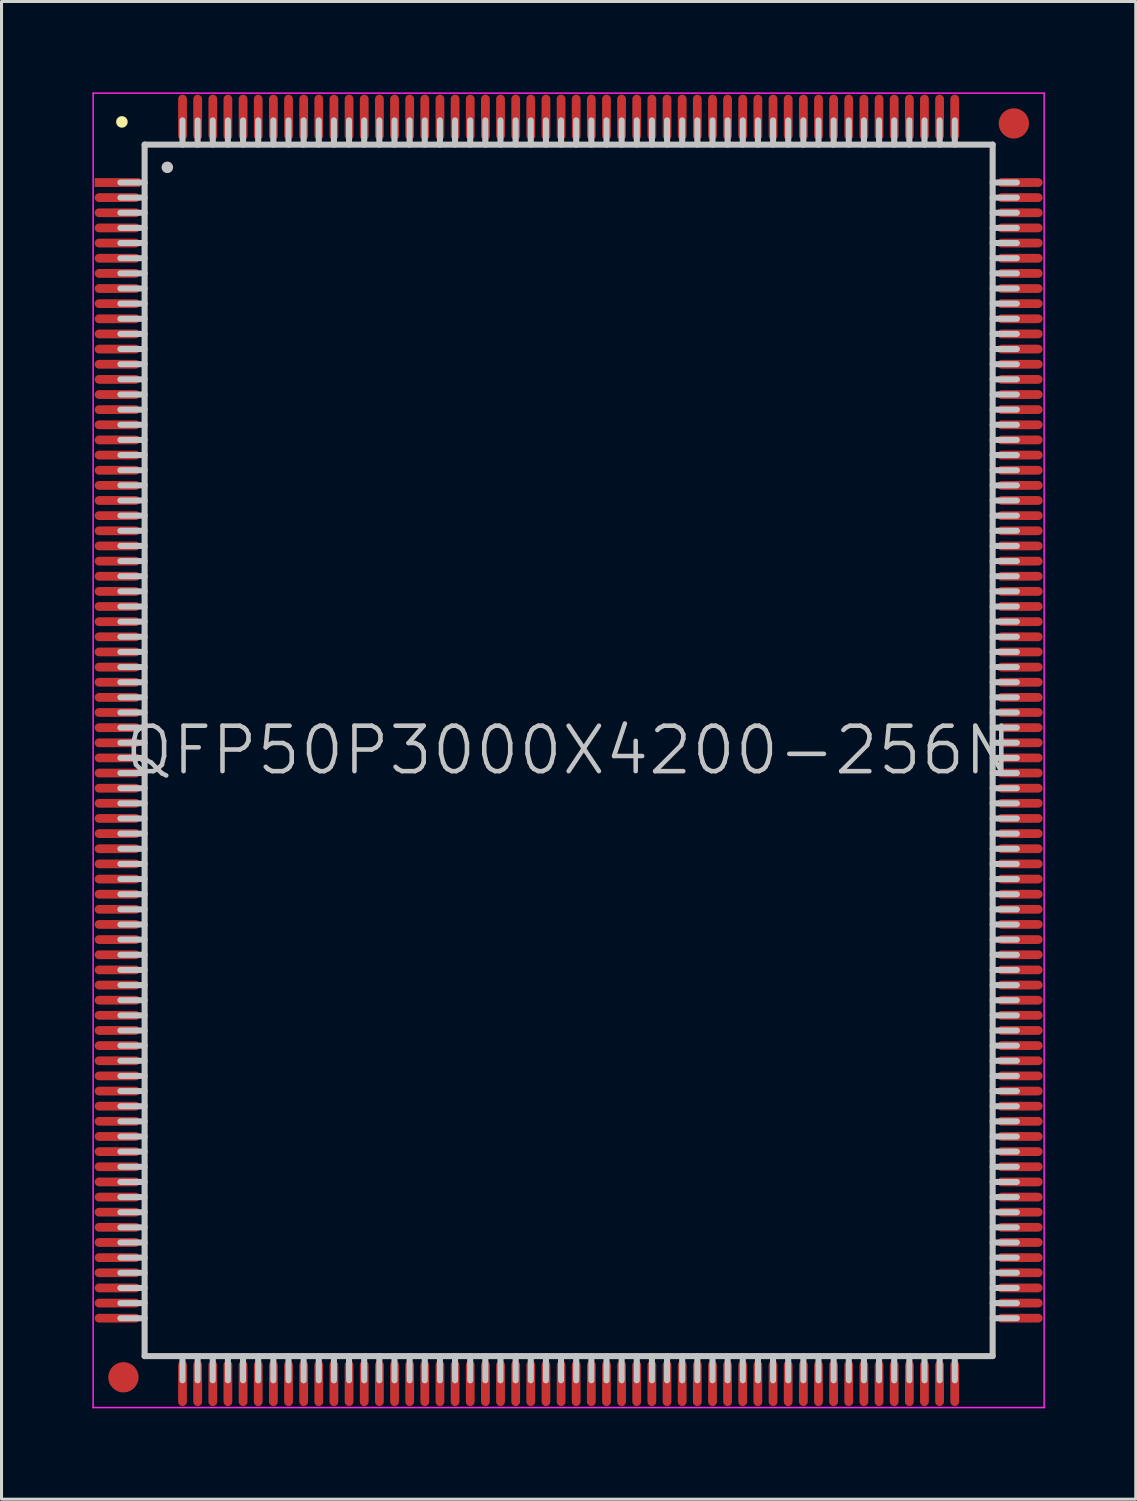
<source format=kicad_pcb>
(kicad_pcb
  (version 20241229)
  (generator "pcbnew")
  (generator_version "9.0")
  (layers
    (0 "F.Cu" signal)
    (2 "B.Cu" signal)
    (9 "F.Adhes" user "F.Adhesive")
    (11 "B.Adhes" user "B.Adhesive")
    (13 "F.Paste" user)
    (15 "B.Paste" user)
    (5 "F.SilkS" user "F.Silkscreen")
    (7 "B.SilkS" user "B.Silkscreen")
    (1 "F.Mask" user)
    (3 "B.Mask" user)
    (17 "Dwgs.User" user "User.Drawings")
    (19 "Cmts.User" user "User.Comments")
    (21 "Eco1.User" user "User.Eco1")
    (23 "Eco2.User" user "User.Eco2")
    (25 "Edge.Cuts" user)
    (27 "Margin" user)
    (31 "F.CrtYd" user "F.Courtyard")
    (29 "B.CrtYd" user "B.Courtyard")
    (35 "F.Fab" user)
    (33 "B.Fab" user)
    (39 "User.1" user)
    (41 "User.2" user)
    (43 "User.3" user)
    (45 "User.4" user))
  (footprint "QFP50P3000X4200-256N"
    (layer "F.Cu")
    (at 15.725 21.725)
    (property "Reference" "QFP50P3000X4200-256N" (at 0 0 0) (layer "Dwgs.User") (effects (font (size 1.5 1.5) (thickness 0.15))))
    (attr smd)
    (fp_line (start -14.75 -20.75) (end -14.75 -20.75) (stroke (width 0.381) (type solid)) (layer "F.SilkS"))
    (fp_line (start -14 -20) (end -14 20) (stroke (width 0.2) (type solid)) (layer "Dwgs.User"))
    (fp_line (start -14 -20) (end 14 -20) (stroke (width 0.2) (type solid)) (layer "Dwgs.User"))
    (fp_line (start -14 -18.75) (end -14.8 -18.75) (stroke (width 0.2) (type solid)) (layer "Dwgs.User"))
    (fp_line (start -14 -18.25) (end -14.8 -18.25) (stroke (width 0.2) (type solid)) (layer "Dwgs.User"))
    (fp_line (start -14 -17.75) (end -14.8 -17.75) (stroke (width 0.2) (type solid)) (layer "Dwgs.User"))
    (fp_line (start -14 -17.25) (end -14.8 -17.25) (stroke (width 0.2) (type solid)) (layer "Dwgs.User"))
    (fp_line (start -14 -16.75) (end -14.8 -16.75) (stroke (width 0.2) (type solid)) (layer "Dwgs.User"))
    (fp_line (start -14 -16.25) (end -14.8 -16.25) (stroke (width 0.2) (type solid)) (layer "Dwgs.User"))
    (fp_line (start -14 -15.75) (end -14.8 -15.75) (stroke (width 0.2) (type solid)) (layer "Dwgs.User"))
    (fp_line (start -14 -15.25) (end -14.8 -15.25) (stroke (width 0.2) (type solid)) (layer "Dwgs.User"))
    (fp_line (start -14 -14.75) (end -14.8 -14.75) (stroke (width 0.2) (type solid)) (layer "Dwgs.User"))
    (fp_line (start -14 -14.25) (end -14.8 -14.25) (stroke (width 0.2) (type solid)) (layer "Dwgs.User"))
    (fp_line (start -14 -13.75) (end -14.8 -13.75) (stroke (width 0.2) (type solid)) (layer "Dwgs.User"))
    (fp_line (start -14 -13.25) (end -14.8 -13.25) (stroke (width 0.2) (type solid)) (layer "Dwgs.User"))
    (fp_line (start -14 -12.75) (end -14.8 -12.75) (stroke (width 0.2) (type solid)) (layer "Dwgs.User"))
    (fp_line (start -14 -12.25) (end -14.8 -12.25) (stroke (width 0.2) (type solid)) (layer "Dwgs.User"))
    (fp_line (start -14 -11.75) (end -14.8 -11.75) (stroke (width 0.2) (type solid)) (layer "Dwgs.User"))
    (fp_line (start -14 -11.25) (end -14.8 -11.25) (stroke (width 0.2) (type solid)) (layer "Dwgs.User"))
    (fp_line (start -14 -10.75) (end -14.8 -10.75) (stroke (width 0.2) (type solid)) (layer "Dwgs.User"))
    (fp_line (start -14 -10.25) (end -14.8 -10.25) (stroke (width 0.2) (type solid)) (layer "Dwgs.User"))
    (fp_line (start -14 -9.75) (end -14.8 -9.75) (stroke (width 0.2) (type solid)) (layer "Dwgs.User"))
    (fp_line (start -14 -9.25) (end -14.8 -9.25) (stroke (width 0.2) (type solid)) (layer "Dwgs.User"))
    (fp_line (start -14 -8.75) (end -14.8 -8.75) (stroke (width 0.2) (type solid)) (layer "Dwgs.User"))
    (fp_line (start -14 -8.25) (end -14.8 -8.25) (stroke (width 0.2) (type solid)) (layer "Dwgs.User"))
    (fp_line (start -14 -7.75) (end -14.8 -7.75) (stroke (width 0.2) (type solid)) (layer "Dwgs.User"))
    (fp_line (start -14 -7.25) (end -14.8 -7.25) (stroke (width 0.2) (type solid)) (layer "Dwgs.User"))
    (fp_line (start -14 -6.75) (end -14.8 -6.75) (stroke (width 0.2) (type solid)) (layer "Dwgs.User"))
    (fp_line (start -14 -6.25) (end -14.8 -6.25) (stroke (width 0.2) (type solid)) (layer "Dwgs.User"))
    (fp_line (start -14 -5.75) (end -14.8 -5.75) (stroke (width 0.2) (type solid)) (layer "Dwgs.User"))
    (fp_line (start -14 -5.25) (end -14.8 -5.25) (stroke (width 0.2) (type solid)) (layer "Dwgs.User"))
    (fp_line (start -14 -4.75) (end -14.8 -4.75) (stroke (width 0.2) (type solid)) (layer "Dwgs.User"))
    (fp_line (start -14 -4.25) (end -14.8 -4.25) (stroke (width 0.2) (type solid)) (layer "Dwgs.User"))
    (fp_line (start -14 -3.75) (end -14.8 -3.75) (stroke (width 0.2) (type solid)) (layer "Dwgs.User"))
    (fp_line (start -14 -3.25) (end -14.8 -3.25) (stroke (width 0.2) (type solid)) (layer "Dwgs.User"))
    (fp_line (start -14 -2.75) (end -14.8 -2.75) (stroke (width 0.2) (type solid)) (layer "Dwgs.User"))
    (fp_line (start -14 -2.25) (end -14.8 -2.25) (stroke (width 0.2) (type solid)) (layer "Dwgs.User"))
    (fp_line (start -14 -1.75) (end -14.8 -1.75) (stroke (width 0.2) (type solid)) (layer "Dwgs.User"))
    (fp_line (start -14 -1.25) (end -14.8 -1.25) (stroke (width 0.2) (type solid)) (layer "Dwgs.User"))
    (fp_line (start -14 -0.75) (end -14.8 -0.75) (stroke (width 0.2) (type solid)) (layer "Dwgs.User"))
    (fp_line (start -14 -0.25) (end -14.8 -0.25) (stroke (width 0.2) (type solid)) (layer "Dwgs.User"))
    (fp_line (start -14 0.25) (end -14.8 0.25) (stroke (width 0.2) (type solid)) (layer "Dwgs.User"))
    (fp_line (start -14 0.75) (end -14.8 0.75) (stroke (width 0.2) (type solid)) (layer "Dwgs.User"))
    (fp_line (start -14 1.25) (end -14.8 1.25) (stroke (width 0.2) (type solid)) (layer "Dwgs.User"))
    (fp_line (start -14 1.75) (end -14.8 1.75) (stroke (width 0.2) (type solid)) (layer "Dwgs.User"))
    (fp_line (start -14 2.25) (end -14.8 2.25) (stroke (width 0.2) (type solid)) (layer "Dwgs.User"))
    (fp_line (start -14 2.75) (end -14.8 2.75) (stroke (width 0.2) (type solid)) (layer "Dwgs.User"))
    (fp_line (start -14 3.25) (end -14.8 3.25) (stroke (width 0.2) (type solid)) (layer "Dwgs.User"))
    (fp_line (start -14 3.75) (end -14.8 3.75) (stroke (width 0.2) (type solid)) (layer "Dwgs.User"))
    (fp_line (start -14 4.25) (end -14.8 4.25) (stroke (width 0.2) (type solid)) (layer "Dwgs.User"))
    (fp_line (start -14 4.75) (end -14.8 4.75) (stroke (width 0.2) (type solid)) (layer "Dwgs.User"))
    (fp_line (start -14 5.25) (end -14.8 5.25) (stroke (width 0.2) (type solid)) (layer "Dwgs.User"))
    (fp_line (start -14 5.75) (end -14.8 5.75) (stroke (width 0.2) (type solid)) (layer "Dwgs.User"))
    (fp_line (start -14 6.25) (end -14.8 6.25) (stroke (width 0.2) (type solid)) (layer "Dwgs.User"))
    (fp_line (start -14 6.75) (end -14.8 6.75) (stroke (width 0.2) (type solid)) (layer "Dwgs.User"))
    (fp_line (start -14 7.25) (end -14.8 7.25) (stroke (width 0.2) (type solid)) (layer "Dwgs.User"))
    (fp_line (start -14 7.75) (end -14.8 7.75) (stroke (width 0.2) (type solid)) (layer "Dwgs.User"))
    (fp_line (start -14 8.25) (end -14.8 8.25) (stroke (width 0.2) (type solid)) (layer "Dwgs.User"))
    (fp_line (start -14 8.75) (end -14.8 8.75) (stroke (width 0.2) (type solid)) (layer "Dwgs.User"))
    (fp_line (start -14 9.25) (end -14.8 9.25) (stroke (width 0.2) (type solid)) (layer "Dwgs.User"))
    (fp_line (start -14 9.75) (end -14.8 9.75) (stroke (width 0.2) (type solid)) (layer "Dwgs.User"))
    (fp_line (start -14 10.25) (end -14.8 10.25) (stroke (width 0.2) (type solid)) (layer "Dwgs.User"))
    (fp_line (start -14 10.75) (end -14.8 10.75) (stroke (width 0.2) (type solid)) (layer "Dwgs.User"))
    (fp_line (start -14 11.25) (end -14.8 11.25) (stroke (width 0.2) (type solid)) (layer "Dwgs.User"))
    (fp_line (start -14 11.75) (end -14.8 11.75) (stroke (width 0.2) (type solid)) (layer "Dwgs.User"))
    (fp_line (start -14 12.25) (end -14.8 12.25) (stroke (width 0.2) (type solid)) (layer "Dwgs.User"))
    (fp_line (start -14 12.75) (end -14.8 12.75) (stroke (width 0.2) (type solid)) (layer "Dwgs.User"))
    (fp_line (start -14 13.25) (end -14.8 13.25) (stroke (width 0.2) (type solid)) (layer "Dwgs.User"))
    (fp_line (start -14 13.75) (end -14.8 13.75) (stroke (width 0.2) (type solid)) (layer "Dwgs.User"))
    (fp_line (start -14 14.25) (end -14.8 14.25) (stroke (width 0.2) (type solid)) (layer "Dwgs.User"))
    (fp_line (start -14 14.75) (end -14.8 14.75) (stroke (width 0.2) (type solid)) (layer "Dwgs.User"))
    (fp_line (start -14 15.25) (end -14.8 15.25) (stroke (width 0.2) (type solid)) (layer "Dwgs.User"))
    (fp_line (start -14 15.75) (end -14.8 15.75) (stroke (width 0.2) (type solid)) (layer "Dwgs.User"))
    (fp_line (start -14 16.25) (end -14.8 16.25) (stroke (width 0.2) (type solid)) (layer "Dwgs.User"))
    (fp_line (start -14 16.75) (end -14.8 16.75) (stroke (width 0.2) (type solid)) (layer "Dwgs.User"))
    (fp_line (start -14 17.25) (end -14.8 17.25) (stroke (width 0.2) (type solid)) (layer "Dwgs.User"))
    (fp_line (start -14 17.75) (end -14.8 17.75) (stroke (width 0.2) (type solid)) (layer "Dwgs.User"))
    (fp_line (start -14 18.25) (end -14.8 18.25) (stroke (width 0.2) (type solid)) (layer "Dwgs.User"))
    (fp_line (start -14 18.75) (end -14.8 18.75) (stroke (width 0.2) (type solid)) (layer "Dwgs.User"))
    (fp_line (start -14 20) (end 14 20) (stroke (width 0.2) (type solid)) (layer "Dwgs.User"))
    (fp_line (start -13.25 -19.25) (end -13.25 -19.25) (stroke (width 0.381) (type solid)) (layer "Dwgs.User"))
    (fp_line (start -12.75 -20) (end -12.75 -20.8) (stroke (width 0.2) (type solid)) (layer "Dwgs.User"))
    (fp_line (start -12.75 20.8) (end -12.75 20) (stroke (width 0.2) (type solid)) (layer "Dwgs.User"))
    (fp_line (start -12.25 -20) (end -12.25 -20.8) (stroke (width 0.2) (type solid)) (layer "Dwgs.User"))
    (fp_line (start -12.25 20.8) (end -12.25 20) (stroke (width 0.2) (type solid)) (layer "Dwgs.User"))
    (fp_line (start -11.75 -20) (end -11.75 -20.8) (stroke (width 0.2) (type solid)) (layer "Dwgs.User"))
    (fp_line (start -11.75 20.8) (end -11.75 20) (stroke (width 0.2) (type solid)) (layer "Dwgs.User"))
    (fp_line (start -11.25 -20) (end -11.25 -20.8) (stroke (width 0.2) (type solid)) (layer "Dwgs.User"))
    (fp_line (start -11.25 20.8) (end -11.25 20) (stroke (width 0.2) (type solid)) (layer "Dwgs.User"))
    (fp_line (start -10.75 -20) (end -10.75 -20.8) (stroke (width 0.2) (type solid)) (layer "Dwgs.User"))
    (fp_line (start -10.75 20.8) (end -10.75 20) (stroke (width 0.2) (type solid)) (layer "Dwgs.User"))
    (fp_line (start -10.25 -20) (end -10.25 -20.8) (stroke (width 0.2) (type solid)) (layer "Dwgs.User"))
    (fp_line (start -10.25 20.8) (end -10.25 20) (stroke (width 0.2) (type solid)) (layer "Dwgs.User"))
    (fp_line (start -9.75 -20) (end -9.75 -20.8) (stroke (width 0.2) (type solid)) (layer "Dwgs.User"))
    (fp_line (start -9.75 20.8) (end -9.75 20) (stroke (width 0.2) (type solid)) (layer "Dwgs.User"))
    (fp_line (start -9.25 -20) (end -9.25 -20.8) (stroke (width 0.2) (type solid)) (layer "Dwgs.User"))
    (fp_line (start -9.25 20.8) (end -9.25 20) (stroke (width 0.2) (type solid)) (layer "Dwgs.User"))
    (fp_line (start -8.75 -20) (end -8.75 -20.8) (stroke (width 0.2) (type solid)) (layer "Dwgs.User"))
    (fp_line (start -8.75 20.8) (end -8.75 20) (stroke (width 0.2) (type solid)) (layer "Dwgs.User"))
    (fp_line (start -8.25 -20) (end -8.25 -20.8) (stroke (width 0.2) (type solid)) (layer "Dwgs.User"))
    (fp_line (start -8.25 20.8) (end -8.25 20) (stroke (width 0.2) (type solid)) (layer "Dwgs.User"))
    (fp_line (start -7.75 -20) (end -7.75 -20.8) (stroke (width 0.2) (type solid)) (layer "Dwgs.User"))
    (fp_line (start -7.75 20.8) (end -7.75 20) (stroke (width 0.2) (type solid)) (layer "Dwgs.User"))
    (fp_line (start -7.25 -20) (end -7.25 -20.8) (stroke (width 0.2) (type solid)) (layer "Dwgs.User"))
    (fp_line (start -7.25 20.8) (end -7.25 20) (stroke (width 0.2) (type solid)) (layer "Dwgs.User"))
    (fp_line (start -6.75 -20) (end -6.75 -20.8) (stroke (width 0.2) (type solid)) (layer "Dwgs.User"))
    (fp_line (start -6.75 20.8) (end -6.75 20) (stroke (width 0.2) (type solid)) (layer "Dwgs.User"))
    (fp_line (start -6.25 -20) (end -6.25 -20.8) (stroke (width 0.2) (type solid)) (layer "Dwgs.User"))
    (fp_line (start -6.25 20.8) (end -6.25 20) (stroke (width 0.2) (type solid)) (layer "Dwgs.User"))
    (fp_line (start -5.75 -20) (end -5.75 -20.8) (stroke (width 0.2) (type solid)) (layer "Dwgs.User"))
    (fp_line (start -5.75 20.8) (end -5.75 20) (stroke (width 0.2) (type solid)) (layer "Dwgs.User"))
    (fp_line (start -5.25 -20) (end -5.25 -20.8) (stroke (width 0.2) (type solid)) (layer "Dwgs.User"))
    (fp_line (start -5.25 20.8) (end -5.25 20) (stroke (width 0.2) (type solid)) (layer "Dwgs.User"))
    (fp_line (start -4.75 -20) (end -4.75 -20.8) (stroke (width 0.2) (type solid)) (layer "Dwgs.User"))
    (fp_line (start -4.75 20.8) (end -4.75 20) (stroke (width 0.2) (type solid)) (layer "Dwgs.User"))
    (fp_line (start -4.25 -20) (end -4.25 -20.8) (stroke (width 0.2) (type solid)) (layer "Dwgs.User"))
    (fp_line (start -4.25 20.8) (end -4.25 20) (stroke (width 0.2) (type solid)) (layer "Dwgs.User"))
    (fp_line (start -3.75 -20) (end -3.75 -20.8) (stroke (width 0.2) (type solid)) (layer "Dwgs.User"))
    (fp_line (start -3.75 20.8) (end -3.75 20) (stroke (width 0.2) (type solid)) (layer "Dwgs.User"))
    (fp_line (start -3.25 -20) (end -3.25 -20.8) (stroke (width 0.2) (type solid)) (layer "Dwgs.User"))
    (fp_line (start -3.25 20.8) (end -3.25 20) (stroke (width 0.2) (type solid)) (layer "Dwgs.User"))
    (fp_line (start -2.75 -20) (end -2.75 -20.8) (stroke (width 0.2) (type solid)) (layer "Dwgs.User"))
    (fp_line (start -2.75 20.8) (end -2.75 20) (stroke (width 0.2) (type solid)) (layer "Dwgs.User"))
    (fp_line (start -2.25 -20) (end -2.25 -20.8) (stroke (width 0.2) (type solid)) (layer "Dwgs.User"))
    (fp_line (start -2.25 20.8) (end -2.25 20) (stroke (width 0.2) (type solid)) (layer "Dwgs.User"))
    (fp_line (start -1.75 -20) (end -1.75 -20.8) (stroke (width 0.2) (type solid)) (layer "Dwgs.User"))
    (fp_line (start -1.75 20.8) (end -1.75 20) (stroke (width 0.2) (type solid)) (layer "Dwgs.User"))
    (fp_line (start -1.25 -20) (end -1.25 -20.8) (stroke (width 0.2) (type solid)) (layer "Dwgs.User"))
    (fp_line (start -1.25 20.8) (end -1.25 20) (stroke (width 0.2) (type solid)) (layer "Dwgs.User"))
    (fp_line (start -0.75 -20) (end -0.75 -20.8) (stroke (width 0.2) (type solid)) (layer "Dwgs.User"))
    (fp_line (start -0.75 20.8) (end -0.75 20) (stroke (width 0.2) (type solid)) (layer "Dwgs.User"))
    (fp_line (start -0.25 -20) (end -0.25 -20.8) (stroke (width 0.2) (type solid)) (layer "Dwgs.User"))
    (fp_line (start -0.25 20.8) (end -0.25 20) (stroke (width 0.2) (type solid)) (layer "Dwgs.User"))
    (fp_line (start 0.25 -20) (end 0.25 -20.8) (stroke (width 0.2) (type solid)) (layer "Dwgs.User"))
    (fp_line (start 0.25 20.8) (end 0.25 20) (stroke (width 0.2) (type solid)) (layer "Dwgs.User"))
    (fp_line (start 0.75 -20) (end 0.75 -20.8) (stroke (width 0.2) (type solid)) (layer "Dwgs.User"))
    (fp_line (start 0.75 20.8) (end 0.75 20) (stroke (width 0.2) (type solid)) (layer "Dwgs.User"))
    (fp_line (start 1.25 -20) (end 1.25 -20.8) (stroke (width 0.2) (type solid)) (layer "Dwgs.User"))
    (fp_line (start 1.25 20.8) (end 1.25 20) (stroke (width 0.2) (type solid)) (layer "Dwgs.User"))
    (fp_line (start 1.75 -20) (end 1.75 -20.8) (stroke (width 0.2) (type solid)) (layer "Dwgs.User"))
    (fp_line (start 1.75 20.8) (end 1.75 20) (stroke (width 0.2) (type solid)) (layer "Dwgs.User"))
    (fp_line (start 2.25 -20) (end 2.25 -20.8) (stroke (width 0.2) (type solid)) (layer "Dwgs.User"))
    (fp_line (start 2.25 20.8) (end 2.25 20) (stroke (width 0.2) (type solid)) (layer "Dwgs.User"))
    (fp_line (start 2.75 -20) (end 2.75 -20.8) (stroke (width 0.2) (type solid)) (layer "Dwgs.User"))
    (fp_line (start 2.75 20.8) (end 2.75 20) (stroke (width 0.2) (type solid)) (layer "Dwgs.User"))
    (fp_line (start 3.25 -20) (end 3.25 -20.8) (stroke (width 0.2) (type solid)) (layer "Dwgs.User"))
    (fp_line (start 3.25 20.8) (end 3.25 20) (stroke (width 0.2) (type solid)) (layer "Dwgs.User"))
    (fp_line (start 3.75 -20) (end 3.75 -20.8) (stroke (width 0.2) (type solid)) (layer "Dwgs.User"))
    (fp_line (start 3.75 20.8) (end 3.75 20) (stroke (width 0.2) (type solid)) (layer "Dwgs.User"))
    (fp_line (start 4.25 -20) (end 4.25 -20.8) (stroke (width 0.2) (type solid)) (layer "Dwgs.User"))
    (fp_line (start 4.25 20.8) (end 4.25 20) (stroke (width 0.2) (type solid)) (layer "Dwgs.User"))
    (fp_line (start 4.75 -20) (end 4.75 -20.8) (stroke (width 0.2) (type solid)) (layer "Dwgs.User"))
    (fp_line (start 4.75 20.8) (end 4.75 20) (stroke (width 0.2) (type solid)) (layer "Dwgs.User"))
    (fp_line (start 5.25 -20) (end 5.25 -20.8) (stroke (width 0.2) (type solid)) (layer "Dwgs.User"))
    (fp_line (start 5.25 20.8) (end 5.25 20) (stroke (width 0.2) (type solid)) (layer "Dwgs.User"))
    (fp_line (start 5.75 -20) (end 5.75 -20.8) (stroke (width 0.2) (type solid)) (layer "Dwgs.User"))
    (fp_line (start 5.75 20.8) (end 5.75 20) (stroke (width 0.2) (type solid)) (layer "Dwgs.User"))
    (fp_line (start 6.25 -20) (end 6.25 -20.8) (stroke (width 0.2) (type solid)) (layer "Dwgs.User"))
    (fp_line (start 6.25 20.8) (end 6.25 20) (stroke (width 0.2) (type solid)) (layer "Dwgs.User"))
    (fp_line (start 6.75 -20) (end 6.75 -20.8) (stroke (width 0.2) (type solid)) (layer "Dwgs.User"))
    (fp_line (start 6.75 20.8) (end 6.75 20) (stroke (width 0.2) (type solid)) (layer "Dwgs.User"))
    (fp_line (start 7.25 -20) (end 7.25 -20.8) (stroke (width 0.2) (type solid)) (layer "Dwgs.User"))
    (fp_line (start 7.25 20.8) (end 7.25 20) (stroke (width 0.2) (type solid)) (layer "Dwgs.User"))
    (fp_line (start 7.75 -20) (end 7.75 -20.8) (stroke (width 0.2) (type solid)) (layer "Dwgs.User"))
    (fp_line (start 7.75 20.8) (end 7.75 20) (stroke (width 0.2) (type solid)) (layer "Dwgs.User"))
    (fp_line (start 8.25 -20) (end 8.25 -20.8) (stroke (width 0.2) (type solid)) (layer "Dwgs.User"))
    (fp_line (start 8.25 20.8) (end 8.25 20) (stroke (width 0.2) (type solid)) (layer "Dwgs.User"))
    (fp_line (start 8.75 -20) (end 8.75 -20.8) (stroke (width 0.2) (type solid)) (layer "Dwgs.User"))
    (fp_line (start 8.75 20.8) (end 8.75 20) (stroke (width 0.2) (type solid)) (layer "Dwgs.User"))
    (fp_line (start 9.25 -20) (end 9.25 -20.8) (stroke (width 0.2) (type solid)) (layer "Dwgs.User"))
    (fp_line (start 9.25 20.8) (end 9.25 20) (stroke (width 0.2) (type solid)) (layer "Dwgs.User"))
    (fp_line (start 9.75 -20) (end 9.75 -20.8) (stroke (width 0.2) (type solid)) (layer "Dwgs.User"))
    (fp_line (start 9.75 20.8) (end 9.75 20) (stroke (width 0.2) (type solid)) (layer "Dwgs.User"))
    (fp_line (start 10.25 -20) (end 10.25 -20.8) (stroke (width 0.2) (type solid)) (layer "Dwgs.User"))
    (fp_line (start 10.25 20.8) (end 10.25 20) (stroke (width 0.2) (type solid)) (layer "Dwgs.User"))
    (fp_line (start 10.75 -20) (end 10.75 -20.8) (stroke (width 0.2) (type solid)) (layer "Dwgs.User"))
    (fp_line (start 10.75 20.8) (end 10.75 20) (stroke (width 0.2) (type solid)) (layer "Dwgs.User"))
    (fp_line (start 11.25 -20) (end 11.25 -20.8) (stroke (width 0.2) (type solid)) (layer "Dwgs.User"))
    (fp_line (start 11.25 20.8) (end 11.25 20) (stroke (width 0.2) (type solid)) (layer "Dwgs.User"))
    (fp_line (start 11.75 -20) (end 11.75 -20.8) (stroke (width 0.2) (type solid)) (layer "Dwgs.User"))
    (fp_line (start 11.75 20.8) (end 11.75 20) (stroke (width 0.2) (type solid)) (layer "Dwgs.User"))
    (fp_line (start 12.25 -20) (end 12.25 -20.8) (stroke (width 0.2) (type solid)) (layer "Dwgs.User"))
    (fp_line (start 12.25 20.8) (end 12.25 20) (stroke (width 0.2) (type solid)) (layer "Dwgs.User"))
    (fp_line (start 12.75 -20) (end 12.75 -20.8) (stroke (width 0.2) (type solid)) (layer "Dwgs.User"))
    (fp_line (start 12.75 20.8) (end 12.75 20) (stroke (width 0.2) (type solid)) (layer "Dwgs.User"))
    (fp_line (start 14 -20) (end 14 20) (stroke (width 0.2) (type solid)) (layer "Dwgs.User"))
    (fp_line (start 14.8 -18.75) (end 14 -18.75) (stroke (width 0.2) (type solid)) (layer "Dwgs.User"))
    (fp_line (start 14.8 -18.25) (end 14 -18.25) (stroke (width 0.2) (type solid)) (layer "Dwgs.User"))
    (fp_line (start 14.8 -17.75) (end 14 -17.75) (stroke (width 0.2) (type solid)) (layer "Dwgs.User"))
    (fp_line (start 14.8 -17.25) (end 14 -17.25) (stroke (width 0.2) (type solid)) (layer "Dwgs.User"))
    (fp_line (start 14.8 -16.75) (end 14 -16.75) (stroke (width 0.2) (type solid)) (layer "Dwgs.User"))
    (fp_line (start 14.8 -16.25) (end 14 -16.25) (stroke (width 0.2) (type solid)) (layer "Dwgs.User"))
    (fp_line (start 14.8 -15.75) (end 14 -15.75) (stroke (width 0.2) (type solid)) (layer "Dwgs.User"))
    (fp_line (start 14.8 -15.25) (end 14 -15.25) (stroke (width 0.2) (type solid)) (layer "Dwgs.User"))
    (fp_line (start 14.8 -14.75) (end 14 -14.75) (stroke (width 0.2) (type solid)) (layer "Dwgs.User"))
    (fp_line (start 14.8 -14.25) (end 14 -14.25) (stroke (width 0.2) (type solid)) (layer "Dwgs.User"))
    (fp_line (start 14.8 -13.75) (end 14 -13.75) (stroke (width 0.2) (type solid)) (layer "Dwgs.User"))
    (fp_line (start 14.8 -13.25) (end 14 -13.25) (stroke (width 0.2) (type solid)) (layer "Dwgs.User"))
    (fp_line (start 14.8 -12.75) (end 14 -12.75) (stroke (width 0.2) (type solid)) (layer "Dwgs.User"))
    (fp_line (start 14.8 -12.25) (end 14 -12.25) (stroke (width 0.2) (type solid)) (layer "Dwgs.User"))
    (fp_line (start 14.8 -11.75) (end 14 -11.75) (stroke (width 0.2) (type solid)) (layer "Dwgs.User"))
    (fp_line (start 14.8 -11.25) (end 14 -11.25) (stroke (width 0.2) (type solid)) (layer "Dwgs.User"))
    (fp_line (start 14.8 -10.75) (end 14 -10.75) (stroke (width 0.2) (type solid)) (layer "Dwgs.User"))
    (fp_line (start 14.8 -10.25) (end 14 -10.25) (stroke (width 0.2) (type solid)) (layer "Dwgs.User"))
    (fp_line (start 14.8 -9.75) (end 14 -9.75) (stroke (width 0.2) (type solid)) (layer "Dwgs.User"))
    (fp_line (start 14.8 -9.25) (end 14 -9.25) (stroke (width 0.2) (type solid)) (layer "Dwgs.User"))
    (fp_line (start 14.8 -8.75) (end 14 -8.75) (stroke (width 0.2) (type solid)) (layer "Dwgs.User"))
    (fp_line (start 14.8 -8.25) (end 14 -8.25) (stroke (width 0.2) (type solid)) (layer "Dwgs.User"))
    (fp_line (start 14.8 -7.75) (end 14 -7.75) (stroke (width 0.2) (type solid)) (layer "Dwgs.User"))
    (fp_line (start 14.8 -7.25) (end 14 -7.25) (stroke (width 0.2) (type solid)) (layer "Dwgs.User"))
    (fp_line (start 14.8 -6.75) (end 14 -6.75) (stroke (width 0.2) (type solid)) (layer "Dwgs.User"))
    (fp_line (start 14.8 -6.25) (end 14 -6.25) (stroke (width 0.2) (type solid)) (layer "Dwgs.User"))
    (fp_line (start 14.8 -5.75) (end 14 -5.75) (stroke (width 0.2) (type solid)) (layer "Dwgs.User"))
    (fp_line (start 14.8 -5.25) (end 14 -5.25) (stroke (width 0.2) (type solid)) (layer "Dwgs.User"))
    (fp_line (start 14.8 -4.75) (end 14 -4.75) (stroke (width 0.2) (type solid)) (layer "Dwgs.User"))
    (fp_line (start 14.8 -4.25) (end 14 -4.25) (stroke (width 0.2) (type solid)) (layer "Dwgs.User"))
    (fp_line (start 14.8 -3.75) (end 14 -3.75) (stroke (width 0.2) (type solid)) (layer "Dwgs.User"))
    (fp_line (start 14.8 -3.25) (end 14 -3.25) (stroke (width 0.2) (type solid)) (layer "Dwgs.User"))
    (fp_line (start 14.8 -2.75) (end 14 -2.75) (stroke (width 0.2) (type solid)) (layer "Dwgs.User"))
    (fp_line (start 14.8 -2.25) (end 14 -2.25) (stroke (width 0.2) (type solid)) (layer "Dwgs.User"))
    (fp_line (start 14.8 -1.75) (end 14 -1.75) (stroke (width 0.2) (type solid)) (layer "Dwgs.User"))
    (fp_line (start 14.8 -1.25) (end 14 -1.25) (stroke (width 0.2) (type solid)) (layer "Dwgs.User"))
    (fp_line (start 14.8 -0.75) (end 14 -0.75) (stroke (width 0.2) (type solid)) (layer "Dwgs.User"))
    (fp_line (start 14.8 -0.25) (end 14 -0.25) (stroke (width 0.2) (type solid)) (layer "Dwgs.User"))
    (fp_line (start 14.8 0.25) (end 14 0.25) (stroke (width 0.2) (type solid)) (layer "Dwgs.User"))
    (fp_line (start 14.8 0.75) (end 14 0.75) (stroke (width 0.2) (type solid)) (layer "Dwgs.User"))
    (fp_line (start 14.8 1.25) (end 14 1.25) (stroke (width 0.2) (type solid)) (layer "Dwgs.User"))
    (fp_line (start 14.8 1.75) (end 14 1.75) (stroke (width 0.2) (type solid)) (layer "Dwgs.User"))
    (fp_line (start 14.8 2.25) (end 14 2.25) (stroke (width 0.2) (type solid)) (layer "Dwgs.User"))
    (fp_line (start 14.8 2.75) (end 14 2.75) (stroke (width 0.2) (type solid)) (layer "Dwgs.User"))
    (fp_line (start 14.8 3.25) (end 14 3.25) (stroke (width 0.2) (type solid)) (layer "Dwgs.User"))
    (fp_line (start 14.8 3.75) (end 14 3.75) (stroke (width 0.2) (type solid)) (layer "Dwgs.User"))
    (fp_line (start 14.8 4.25) (end 14 4.25) (stroke (width 0.2) (type solid)) (layer "Dwgs.User"))
    (fp_line (start 14.8 4.75) (end 14 4.75) (stroke (width 0.2) (type solid)) (layer "Dwgs.User"))
    (fp_line (start 14.8 5.25) (end 14 5.25) (stroke (width 0.2) (type solid)) (layer "Dwgs.User"))
    (fp_line (start 14.8 5.75) (end 14 5.75) (stroke (width 0.2) (type solid)) (layer "Dwgs.User"))
    (fp_line (start 14.8 6.25) (end 14 6.25) (stroke (width 0.2) (type solid)) (layer "Dwgs.User"))
    (fp_line (start 14.8 6.75) (end 14 6.75) (stroke (width 0.2) (type solid)) (layer "Dwgs.User"))
    (fp_line (start 14.8 7.25) (end 14 7.25) (stroke (width 0.2) (type solid)) (layer "Dwgs.User"))
    (fp_line (start 14.8 7.75) (end 14 7.75) (stroke (width 0.2) (type solid)) (layer "Dwgs.User"))
    (fp_line (start 14.8 8.25) (end 14 8.25) (stroke (width 0.2) (type solid)) (layer "Dwgs.User"))
    (fp_line (start 14.8 8.75) (end 14 8.75) (stroke (width 0.2) (type solid)) (layer "Dwgs.User"))
    (fp_line (start 14.8 9.25) (end 14 9.25) (stroke (width 0.2) (type solid)) (layer "Dwgs.User"))
    (fp_line (start 14.8 9.75) (end 14 9.75) (stroke (width 0.2) (type solid)) (layer "Dwgs.User"))
    (fp_line (start 14.8 10.25) (end 14 10.25) (stroke (width 0.2) (type solid)) (layer "Dwgs.User"))
    (fp_line (start 14.8 10.75) (end 14 10.75) (stroke (width 0.2) (type solid)) (layer "Dwgs.User"))
    (fp_line (start 14.8 11.25) (end 14 11.25) (stroke (width 0.2) (type solid)) (layer "Dwgs.User"))
    (fp_line (start 14.8 11.75) (end 14 11.75) (stroke (width 0.2) (type solid)) (layer "Dwgs.User"))
    (fp_line (start 14.8 12.25) (end 14 12.25) (stroke (width 0.2) (type solid)) (layer "Dwgs.User"))
    (fp_line (start 14.8 12.75) (end 14 12.75) (stroke (width 0.2) (type solid)) (layer "Dwgs.User"))
    (fp_line (start 14.8 13.25) (end 14 13.25) (stroke (width 0.2) (type solid)) (layer "Dwgs.User"))
    (fp_line (start 14.8 13.75) (end 14 13.75) (stroke (width 0.2) (type solid)) (layer "Dwgs.User"))
    (fp_line (start 14.8 14.25) (end 14 14.25) (stroke (width 0.2) (type solid)) (layer "Dwgs.User"))
    (fp_line (start 14.8 14.75) (end 14 14.75) (stroke (width 0.2) (type solid)) (layer "Dwgs.User"))
    (fp_line (start 14.8 15.25) (end 14 15.25) (stroke (width 0.2) (type solid)) (layer "Dwgs.User"))
    (fp_line (start 14.8 15.75) (end 14 15.75) (stroke (width 0.2) (type solid)) (layer "Dwgs.User"))
    (fp_line (start 14.8 16.25) (end 14 16.25) (stroke (width 0.2) (type solid)) (layer "Dwgs.User"))
    (fp_line (start 14.8 16.75) (end 14 16.75) (stroke (width 0.2) (type solid)) (layer "Dwgs.User"))
    (fp_line (start 14.8 17.25) (end 14 17.25) (stroke (width 0.2) (type solid)) (layer "Dwgs.User"))
    (fp_line (start 14.8 17.75) (end 14 17.75) (stroke (width 0.2) (type solid)) (layer "Dwgs.User"))
    (fp_line (start 14.8 18.25) (end 14 18.25) (stroke (width 0.2) (type solid)) (layer "Dwgs.User"))
    (fp_line (start 14.8 18.75) (end 14 18.75) (stroke (width 0.2) (type solid)) (layer "Dwgs.User"))
    (fp_line (start -15.7 -21.7) (end -15.7 21.7) (stroke (width 0.05) (type solid)) (layer "F.CrtYd"))
    (fp_line (start -15.7 -21.7) (end 15.7 -21.7) (stroke (width 0.05) (type solid)) (layer "F.CrtYd"))
    (fp_line (start -15.7 21.7) (end 15.7 21.7) (stroke (width 0.05) (type solid)) (layer "F.CrtYd"))
    (fp_line (start 15.7 -21.7) (end 15.7 21.7) (stroke (width 0.05) (type solid)) (layer "F.CrtYd"))
    (pad "" smd circle (at -14.7 20.7) (size 1 1) (layers "F.Cu" "F.Mask"))
    (pad "" smd circle (at 14.7 -20.7) (size 1 1) (layers "F.Cu" "F.Mask"))
    (pad "1" smd rect (at -14.9 -18.748 90) (size 0.29 1.5) (layers "F.Cu" "F.Mask" "F.Paste"))
    (pad "2" smd oval (at -14.9 -18.25 90) (size 0.29 1.5) (layers "F.Cu" "F.Mask" "F.Paste"))
    (pad "3" smd oval (at -14.9 -17.75 90) (size 0.29 1.5) (layers "F.Cu" "F.Mask" "F.Paste"))
    (pad "4" smd oval (at -14.9 -17.249 90) (size 0.29 1.5) (layers "F.Cu" "F.Mask" "F.Paste"))
    (pad "5" smd oval (at -14.9 -16.749 90) (size 0.29 1.5) (layers "F.Cu" "F.Mask" "F.Paste"))
    (pad "6" smd oval (at -14.9 -16.248 90) (size 0.29 1.5) (layers "F.Cu" "F.Mask" "F.Paste"))
    (pad "7" smd oval (at -14.9 -15.748 90) (size 0.29 1.5) (layers "F.Cu" "F.Mask" "F.Paste"))
    (pad "8" smd oval (at -14.9 -15.248 90) (size 0.29 1.5) (layers "F.Cu" "F.Mask" "F.Paste"))
    (pad "9" smd oval (at -14.9 -14.75 90) (size 0.29 1.5) (layers "F.Cu" "F.Mask" "F.Paste"))
    (pad "10" smd oval (at -14.9 -14.249 90) (size 0.29 1.5) (layers "F.Cu" "F.Mask" "F.Paste"))
    (pad "11" smd oval (at -14.9 -13.749 90) (size 0.29 1.5) (layers "F.Cu" "F.Mask" "F.Paste"))
    (pad "12" smd oval (at -14.9 -13.249 90) (size 0.29 1.5) (layers "F.Cu" "F.Mask" "F.Paste"))
    (pad "13" smd oval (at -14.9 -12.748 90) (size 0.29 1.5) (layers "F.Cu" "F.Mask" "F.Paste"))
    (pad "14" smd oval (at -14.9 -12.248 90) (size 0.29 1.5) (layers "F.Cu" "F.Mask" "F.Paste"))
    (pad "15" smd oval (at -14.9 -11.748 90) (size 0.29 1.5) (layers "F.Cu" "F.Mask" "F.Paste"))
    (pad "16" smd oval (at -14.9 -11.25 90) (size 0.29 1.5) (layers "F.Cu" "F.Mask" "F.Paste"))
    (pad "17" smd oval (at -14.9 -10.749 90) (size 0.29 1.5) (layers "F.Cu" "F.Mask" "F.Paste"))
    (pad "18" smd oval (at -14.9 -10.249 90) (size 0.29 1.5) (layers "F.Cu" "F.Mask" "F.Paste"))
    (pad "19" smd oval (at -14.9 -9.749 90) (size 0.29 1.5) (layers "F.Cu" "F.Mask" "F.Paste"))
    (pad "20" smd oval (at -14.9 -9.248 90) (size 0.29 1.5) (layers "F.Cu" "F.Mask" "F.Paste"))
    (pad "21" smd oval (at -14.9 -8.748 90) (size 0.29 1.5) (layers "F.Cu" "F.Mask" "F.Paste"))
    (pad "22" smd oval (at -14.9 -8.25 90) (size 0.29 1.5) (layers "F.Cu" "F.Mask" "F.Paste"))
    (pad "23" smd oval (at -14.9 -7.75 90) (size 0.29 1.5) (layers "F.Cu" "F.Mask" "F.Paste"))
    (pad "24" smd oval (at -14.9 -7.249 90) (size 0.29 1.5) (layers "F.Cu" "F.Mask" "F.Paste"))
    (pad "25" smd oval (at -14.9 -6.749 90) (size 0.29 1.5) (layers "F.Cu" "F.Mask" "F.Paste"))
    (pad "26" smd oval (at -14.9 -6.248 90) (size 0.29 1.5) (layers "F.Cu" "F.Mask" "F.Paste"))
    (pad "27" smd oval (at -14.9 -5.748 90) (size 0.29 1.5) (layers "F.Cu" "F.Mask" "F.Paste"))
    (pad "28" smd oval (at -14.9 -5.248 90) (size 0.29 1.5) (layers "F.Cu" "F.Mask" "F.Paste"))
    (pad "29" smd oval (at -14.9 -4.75 90) (size 0.29 1.5) (layers "F.Cu" "F.Mask" "F.Paste"))
    (pad "30" smd oval (at -14.9 -4.249 90) (size 0.29 1.5) (layers "F.Cu" "F.Mask" "F.Paste"))
    (pad "31" smd oval (at -14.9 -3.749 90) (size 0.29 1.5) (layers "F.Cu" "F.Mask" "F.Paste"))
    (pad "32" smd oval (at -14.9 -3.249 90) (size 0.29 1.5) (layers "F.Cu" "F.Mask" "F.Paste"))
    (pad "33" smd oval (at -14.9 -2.748 90) (size 0.29 1.5) (layers "F.Cu" "F.Mask" "F.Paste"))
    (pad "34" smd oval (at -14.9 -2.248 90) (size 0.29 1.5) (layers "F.Cu" "F.Mask" "F.Paste"))
    (pad "35" smd oval (at -14.9 -1.748 90) (size 0.29 1.5) (layers "F.Cu" "F.Mask" "F.Paste"))
    (pad "36" smd oval (at -14.9 -1.25 90) (size 0.29 1.5) (layers "F.Cu" "F.Mask" "F.Paste"))
    (pad "37" smd oval (at -14.9 -0.749 90) (size 0.29 1.5) (layers "F.Cu" "F.Mask" "F.Paste"))
    (pad "38" smd oval (at -14.9 -0.249 90) (size 0.29 1.5) (layers "F.Cu" "F.Mask" "F.Paste"))
    (pad "39" smd oval (at -14.9 0.249 90) (size 0.29 1.5) (layers "F.Cu" "F.Mask" "F.Paste"))
    (pad "40" smd oval (at -14.9 0.749 90) (size 0.29 1.5) (layers "F.Cu" "F.Mask" "F.Paste"))
    (pad "41" smd oval (at -14.9 1.25 90) (size 0.29 1.5) (layers "F.Cu" "F.Mask" "F.Paste"))
    (pad "42" smd oval (at -14.9 1.748 90) (size 0.29 1.5) (layers "F.Cu" "F.Mask" "F.Paste"))
    (pad "43" smd oval (at -14.9 2.248 90) (size 0.29 1.5) (layers "F.Cu" "F.Mask" "F.Paste"))
    (pad "44" smd oval (at -14.9 2.748 90) (size 0.29 1.5) (layers "F.Cu" "F.Mask" "F.Paste"))
    (pad "45" smd oval (at -14.9 3.249 90) (size 0.29 1.5) (layers "F.Cu" "F.Mask" "F.Paste"))
    (pad "46" smd oval (at -14.9 3.749 90) (size 0.29 1.5) (layers "F.Cu" "F.Mask" "F.Paste"))
    (pad "47" smd oval (at -14.9 4.249 90) (size 0.29 1.5) (layers "F.Cu" "F.Mask" "F.Paste"))
    (pad "48" smd oval (at -14.9 4.75 90) (size 0.29 1.5) (layers "F.Cu" "F.Mask" "F.Paste"))
    (pad "49" smd oval (at -14.9 5.248 90) (size 0.29 1.5) (layers "F.Cu" "F.Mask" "F.Paste"))
    (pad "50" smd oval (at -14.9 5.748 90) (size 0.29 1.5) (layers "F.Cu" "F.Mask" "F.Paste"))
    (pad "51" smd oval (at -14.9 6.248 90) (size 0.29 1.5) (layers "F.Cu" "F.Mask" "F.Paste"))
    (pad "52" smd oval (at -14.9 6.749 90) (size 0.29 1.5) (layers "F.Cu" "F.Mask" "F.Paste"))
    (pad "53" smd oval (at -14.9 7.249 90) (size 0.29 1.5) (layers "F.Cu" "F.Mask" "F.Paste"))
    (pad "54" smd oval (at -14.9 7.75 90) (size 0.29 1.5) (layers "F.Cu" "F.Mask" "F.Paste"))
    (pad "55" smd oval (at -14.9 8.25 90) (size 0.29 1.5) (layers "F.Cu" "F.Mask" "F.Paste"))
    (pad "56" smd oval (at -14.9 8.748 90) (size 0.29 1.5) (layers "F.Cu" "F.Mask" "F.Paste"))
    (pad "57" smd oval (at -14.9 9.248 90) (size 0.29 1.5) (layers "F.Cu" "F.Mask" "F.Paste"))
    (pad "58" smd oval (at -14.9 9.749 90) (size 0.29 1.5) (layers "F.Cu" "F.Mask" "F.Paste"))
    (pad "59" smd oval (at -14.9 10.249 90) (size 0.29 1.5) (layers "F.Cu" "F.Mask" "F.Paste"))
    (pad "60" smd oval (at -14.9 10.749 90) (size 0.29 1.5) (layers "F.Cu" "F.Mask" "F.Paste"))
    (pad "61" smd oval (at -14.9 11.25 90) (size 0.29 1.5) (layers "F.Cu" "F.Mask" "F.Paste"))
    (pad "62" smd oval (at -14.9 11.748 90) (size 0.29 1.5) (layers "F.Cu" "F.Mask" "F.Paste"))
    (pad "63" smd oval (at -14.9 12.248 90) (size 0.29 1.5) (layers "F.Cu" "F.Mask" "F.Paste"))
    (pad "64" smd oval (at -14.9 12.748 90) (size 0.29 1.5) (layers "F.Cu" "F.Mask" "F.Paste"))
    (pad "65" smd oval (at -14.9 13.249 90) (size 0.29 1.5) (layers "F.Cu" "F.Mask" "F.Paste"))
    (pad "66" smd oval (at -14.9 13.749 90) (size 0.29 1.5) (layers "F.Cu" "F.Mask" "F.Paste"))
    (pad "67" smd oval (at -14.9 14.249 90) (size 0.29 1.5) (layers "F.Cu" "F.Mask" "F.Paste"))
    (pad "68" smd oval (at -14.9 14.75 90) (size 0.29 1.5) (layers "F.Cu" "F.Mask" "F.Paste"))
    (pad "69" smd oval (at -14.9 15.248 90) (size 0.29 1.5) (layers "F.Cu" "F.Mask" "F.Paste"))
    (pad "70" smd oval (at -14.9 15.748 90) (size 0.29 1.5) (layers "F.Cu" "F.Mask" "F.Paste"))
    (pad "71" smd oval (at -14.9 16.248 90) (size 0.29 1.5) (layers "F.Cu" "F.Mask" "F.Paste"))
    (pad "72" smd oval (at -14.9 16.749 90) (size 0.29 1.5) (layers "F.Cu" "F.Mask" "F.Paste"))
    (pad "73" smd oval (at -14.9 17.249 90) (size 0.29 1.5) (layers "F.Cu" "F.Mask" "F.Paste"))
    (pad "74" smd oval (at -14.9 17.75 90) (size 0.29 1.5) (layers "F.Cu" "F.Mask" "F.Paste"))
    (pad "75" smd oval (at -14.9 18.25 90) (size 0.29 1.5) (layers "F.Cu" "F.Mask" "F.Paste"))
    (pad "76" smd oval (at -14.9 18.748 90) (size 0.29 1.5) (layers "F.Cu" "F.Mask" "F.Paste"))
    (pad "77" smd oval (at -12.748 20.899 180) (size 0.29 1.5) (layers "F.Cu" "F.Mask" "F.Paste"))
    (pad "78" smd oval (at -12.248 20.899 180) (size 0.29 1.5) (layers "F.Cu" "F.Mask" "F.Paste"))
    (pad "79" smd oval (at -11.748 20.899 180) (size 0.29 1.5) (layers "F.Cu" "F.Mask" "F.Paste"))
    (pad "80" smd oval (at -11.25 20.899 180) (size 0.29 1.5) (layers "F.Cu" "F.Mask" "F.Paste"))
    (pad "81" smd oval (at -10.749 20.899 180) (size 0.29 1.5) (layers "F.Cu" "F.Mask" "F.Paste"))
    (pad "82" smd oval (at -10.249 20.899 180) (size 0.29 1.5) (layers "F.Cu" "F.Mask" "F.Paste"))
    (pad "83" smd oval (at -9.749 20.899 180) (size 0.29 1.5) (layers "F.Cu" "F.Mask" "F.Paste"))
    (pad "84" smd oval (at -9.248 20.899 180) (size 0.29 1.5) (layers "F.Cu" "F.Mask" "F.Paste"))
    (pad "85" smd oval (at -8.748 20.899 180) (size 0.29 1.5) (layers "F.Cu" "F.Mask" "F.Paste"))
    (pad "86" smd oval (at -8.25 20.899 180) (size 0.29 1.5) (layers "F.Cu" "F.Mask" "F.Paste"))
    (pad "87" smd oval (at -7.75 20.899 180) (size 0.29 1.5) (layers "F.Cu" "F.Mask" "F.Paste"))
    (pad "88" smd oval (at -7.249 20.899 180) (size 0.29 1.5) (layers "F.Cu" "F.Mask" "F.Paste"))
    (pad "89" smd oval (at -6.749 20.899 180) (size 0.29 1.5) (layers "F.Cu" "F.Mask" "F.Paste"))
    (pad "90" smd oval (at -6.248 20.899 180) (size 0.29 1.5) (layers "F.Cu" "F.Mask" "F.Paste"))
    (pad "91" smd oval (at -5.748 20.899 180) (size 0.29 1.5) (layers "F.Cu" "F.Mask" "F.Paste"))
    (pad "92" smd oval (at -5.248 20.899 180) (size 0.29 1.5) (layers "F.Cu" "F.Mask" "F.Paste"))
    (pad "93" smd oval (at -4.75 20.899 180) (size 0.29 1.5) (layers "F.Cu" "F.Mask" "F.Paste"))
    (pad "94" smd oval (at -4.249 20.899 180) (size 0.29 1.5) (layers "F.Cu" "F.Mask" "F.Paste"))
    (pad "95" smd oval (at -3.749 20.899 180) (size 0.29 1.5) (layers "F.Cu" "F.Mask" "F.Paste"))
    (pad "96" smd oval (at -3.249 20.899 180) (size 0.29 1.5) (layers "F.Cu" "F.Mask" "F.Paste"))
    (pad "97" smd oval (at -2.748 20.899 180) (size 0.29 1.5) (layers "F.Cu" "F.Mask" "F.Paste"))
    (pad "98" smd oval (at -2.248 20.899 180) (size 0.29 1.5) (layers "F.Cu" "F.Mask" "F.Paste"))
    (pad "99" smd oval (at -1.748 20.899 180) (size 0.29 1.5) (layers "F.Cu" "F.Mask" "F.Paste"))
    (pad "100" smd oval (at -1.25 20.899 180) (size 0.29 1.5) (layers "F.Cu" "F.Mask" "F.Paste"))
    (pad "101" smd oval (at -0.749 20.899 180) (size 0.29 1.5) (layers "F.Cu" "F.Mask" "F.Paste"))
    (pad "102" smd oval (at -0.249 20.899 180) (size 0.29 1.5) (layers "F.Cu" "F.Mask" "F.Paste"))
    (pad "103" smd oval (at 0.249 20.899 180) (size 0.29 1.5) (layers "F.Cu" "F.Mask" "F.Paste"))
    (pad "104" smd oval (at 0.749 20.899 180) (size 0.29 1.5) (layers "F.Cu" "F.Mask" "F.Paste"))
    (pad "105" smd oval (at 1.25 20.899 180) (size 0.29 1.5) (layers "F.Cu" "F.Mask" "F.Paste"))
    (pad "106" smd oval (at 1.748 20.899 180) (size 0.29 1.5) (layers "F.Cu" "F.Mask" "F.Paste"))
    (pad "107" smd oval (at 2.248 20.899 180) (size 0.29 1.5) (layers "F.Cu" "F.Mask" "F.Paste"))
    (pad "108" smd oval (at 2.748 20.899 180) (size 0.29 1.5) (layers "F.Cu" "F.Mask" "F.Paste"))
    (pad "109" smd oval (at 3.249 20.899 180) (size 0.29 1.5) (layers "F.Cu" "F.Mask" "F.Paste"))
    (pad "110" smd oval (at 3.749 20.899 180) (size 0.29 1.5) (layers "F.Cu" "F.Mask" "F.Paste"))
    (pad "111" smd oval (at 4.249 20.899 180) (size 0.29 1.5) (layers "F.Cu" "F.Mask" "F.Paste"))
    (pad "112" smd oval (at 4.75 20.899 180) (size 0.29 1.5) (layers "F.Cu" "F.Mask" "F.Paste"))
    (pad "113" smd oval (at 5.248 20.899 180) (size 0.29 1.5) (layers "F.Cu" "F.Mask" "F.Paste"))
    (pad "114" smd oval (at 5.748 20.899 180) (size 0.29 1.5) (layers "F.Cu" "F.Mask" "F.Paste"))
    (pad "115" smd oval (at 6.248 20.899 180) (size 0.29 1.5) (layers "F.Cu" "F.Mask" "F.Paste"))
    (pad "116" smd oval (at 6.749 20.899 180) (size 0.29 1.5) (layers "F.Cu" "F.Mask" "F.Paste"))
    (pad "117" smd oval (at 7.249 20.899 180) (size 0.29 1.5) (layers "F.Cu" "F.Mask" "F.Paste"))
    (pad "118" smd oval (at 7.75 20.899 180) (size 0.29 1.5) (layers "F.Cu" "F.Mask" "F.Paste"))
    (pad "119" smd oval (at 8.25 20.899 180) (size 0.29 1.5) (layers "F.Cu" "F.Mask" "F.Paste"))
    (pad "120" smd oval (at 8.748 20.899 180) (size 0.29 1.5) (layers "F.Cu" "F.Mask" "F.Paste"))
    (pad "121" smd oval (at 9.248 20.899 180) (size 0.29 1.5) (layers "F.Cu" "F.Mask" "F.Paste"))
    (pad "122" smd oval (at 9.749 20.899 180) (size 0.29 1.5) (layers "F.Cu" "F.Mask" "F.Paste"))
    (pad "123" smd oval (at 10.249 20.899 180) (size 0.29 1.5) (layers "F.Cu" "F.Mask" "F.Paste"))
    (pad "124" smd oval (at 10.749 20.899 180) (size 0.29 1.5) (layers "F.Cu" "F.Mask" "F.Paste"))
    (pad "125" smd oval (at 11.25 20.899 180) (size 0.29 1.5) (layers "F.Cu" "F.Mask" "F.Paste"))
    (pad "126" smd oval (at 11.748 20.899 180) (size 0.29 1.5) (layers "F.Cu" "F.Mask" "F.Paste"))
    (pad "127" smd oval (at 12.248 20.899 180) (size 0.29 1.5) (layers "F.Cu" "F.Mask" "F.Paste"))
    (pad "128" smd oval (at 12.748 20.899 180) (size 0.29 1.5) (layers "F.Cu" "F.Mask" "F.Paste"))
    (pad "129" smd oval (at 14.9 18.748 270) (size 0.29 1.5) (layers "F.Cu" "F.Mask" "F.Paste"))
    (pad "130" smd oval (at 14.9 18.25 270) (size 0.29 1.5) (layers "F.Cu" "F.Mask" "F.Paste"))
    (pad "131" smd oval (at 14.9 17.75 270) (size 0.29 1.5) (layers "F.Cu" "F.Mask" "F.Paste"))
    (pad "132" smd oval (at 14.9 17.249 270) (size 0.29 1.5) (layers "F.Cu" "F.Mask" "F.Paste"))
    (pad "133" smd oval (at 14.9 16.749 270) (size 0.29 1.5) (layers "F.Cu" "F.Mask" "F.Paste"))
    (pad "134" smd oval (at 14.9 16.248 270) (size 0.29 1.5) (layers "F.Cu" "F.Mask" "F.Paste"))
    (pad "135" smd oval (at 14.9 15.748 270) (size 0.29 1.5) (layers "F.Cu" "F.Mask" "F.Paste"))
    (pad "136" smd oval (at 14.9 15.248 270) (size 0.29 1.5) (layers "F.Cu" "F.Mask" "F.Paste"))
    (pad "137" smd oval (at 14.9 14.75 270) (size 0.29 1.5) (layers "F.Cu" "F.Mask" "F.Paste"))
    (pad "138" smd oval (at 14.9 14.249 270) (size 0.29 1.5) (layers "F.Cu" "F.Mask" "F.Paste"))
    (pad "139" smd oval (at 14.9 13.749 270) (size 0.29 1.5) (layers "F.Cu" "F.Mask" "F.Paste"))
    (pad "140" smd oval (at 14.9 13.249 270) (size 0.29 1.5) (layers "F.Cu" "F.Mask" "F.Paste"))
    (pad "141" smd oval (at 14.9 12.748 270) (size 0.29 1.5) (layers "F.Cu" "F.Mask" "F.Paste"))
    (pad "142" smd oval (at 14.9 12.248 270) (size 0.29 1.5) (layers "F.Cu" "F.Mask" "F.Paste"))
    (pad "143" smd oval (at 14.9 11.748 270) (size 0.29 1.5) (layers "F.Cu" "F.Mask" "F.Paste"))
    (pad "144" smd oval (at 14.9 11.25 270) (size 0.29 1.5) (layers "F.Cu" "F.Mask" "F.Paste"))
    (pad "145" smd oval (at 14.9 10.749 270) (size 0.29 1.5) (layers "F.Cu" "F.Mask" "F.Paste"))
    (pad "146" smd oval (at 14.9 10.249 270) (size 0.29 1.5) (layers "F.Cu" "F.Mask" "F.Paste"))
    (pad "147" smd oval (at 14.9 9.749 270) (size 0.29 1.5) (layers "F.Cu" "F.Mask" "F.Paste"))
    (pad "148" smd oval (at 14.9 9.248 270) (size 0.29 1.5) (layers "F.Cu" "F.Mask" "F.Paste"))
    (pad "149" smd oval (at 14.9 8.748 270) (size 0.29 1.5) (layers "F.Cu" "F.Mask" "F.Paste"))
    (pad "150" smd oval (at 14.9 8.25 270) (size 0.29 1.5) (layers "F.Cu" "F.Mask" "F.Paste"))
    (pad "151" smd oval (at 14.9 7.75 270) (size 0.29 1.5) (layers "F.Cu" "F.Mask" "F.Paste"))
    (pad "152" smd oval (at 14.9 7.249 270) (size 0.29 1.5) (layers "F.Cu" "F.Mask" "F.Paste"))
    (pad "153" smd oval (at 14.9 6.749 270) (size 0.29 1.5) (layers "F.Cu" "F.Mask" "F.Paste"))
    (pad "154" smd oval (at 14.9 6.248 270) (size 0.29 1.5) (layers "F.Cu" "F.Mask" "F.Paste"))
    (pad "155" smd oval (at 14.9 5.748 270) (size 0.29 1.5) (layers "F.Cu" "F.Mask" "F.Paste"))
    (pad "156" smd oval (at 14.9 5.248 270) (size 0.29 1.5) (layers "F.Cu" "F.Mask" "F.Paste"))
    (pad "157" smd oval (at 14.9 4.75 270) (size 0.29 1.5) (layers "F.Cu" "F.Mask" "F.Paste"))
    (pad "158" smd oval (at 14.9 4.249 270) (size 0.29 1.5) (layers "F.Cu" "F.Mask" "F.Paste"))
    (pad "159" smd oval (at 14.9 3.749 270) (size 0.29 1.5) (layers "F.Cu" "F.Mask" "F.Paste"))
    (pad "160" smd oval (at 14.9 3.249 270) (size 0.29 1.5) (layers "F.Cu" "F.Mask" "F.Paste"))
    (pad "161" smd oval (at 14.9 2.748 270) (size 0.29 1.5) (layers "F.Cu" "F.Mask" "F.Paste"))
    (pad "162" smd oval (at 14.9 2.248 270) (size 0.29 1.5) (layers "F.Cu" "F.Mask" "F.Paste"))
    (pad "163" smd oval (at 14.9 1.748 270) (size 0.29 1.5) (layers "F.Cu" "F.Mask" "F.Paste"))
    (pad "164" smd oval (at 14.9 1.25 270) (size 0.29 1.5) (layers "F.Cu" "F.Mask" "F.Paste"))
    (pad "165" smd oval (at 14.9 0.749 270) (size 0.29 1.5) (layers "F.Cu" "F.Mask" "F.Paste"))
    (pad "166" smd oval (at 14.9 0.249 270) (size 0.29 1.5) (layers "F.Cu" "F.Mask" "F.Paste"))
    (pad "167" smd oval (at 14.9 -0.249 270) (size 0.29 1.5) (layers "F.Cu" "F.Mask" "F.Paste"))
    (pad "168" smd oval (at 14.9 -0.749 270) (size 0.29 1.5) (layers "F.Cu" "F.Mask" "F.Paste"))
    (pad "169" smd oval (at 14.9 -1.25 270) (size 0.29 1.5) (layers "F.Cu" "F.Mask" "F.Paste"))
    (pad "170" smd oval (at 14.9 -1.748 270) (size 0.29 1.5) (layers "F.Cu" "F.Mask" "F.Paste"))
    (pad "171" smd oval (at 14.9 -2.248 270) (size 0.29 1.5) (layers "F.Cu" "F.Mask" "F.Paste"))
    (pad "172" smd oval (at 14.9 -2.748 270) (size 0.29 1.5) (layers "F.Cu" "F.Mask" "F.Paste"))
    (pad "173" smd oval (at 14.9 -3.249 270) (size 0.29 1.5) (layers "F.Cu" "F.Mask" "F.Paste"))
    (pad "174" smd oval (at 14.9 -3.749 270) (size 0.29 1.5) (layers "F.Cu" "F.Mask" "F.Paste"))
    (pad "175" smd oval (at 14.9 -4.249 270) (size 0.29 1.5) (layers "F.Cu" "F.Mask" "F.Paste"))
    (pad "176" smd oval (at 14.9 -4.75 270) (size 0.29 1.5) (layers "F.Cu" "F.Mask" "F.Paste"))
    (pad "177" smd oval (at 14.9 -5.248 270) (size 0.29 1.5) (layers "F.Cu" "F.Mask" "F.Paste"))
    (pad "178" smd oval (at 14.9 -5.748 270) (size 0.29 1.5) (layers "F.Cu" "F.Mask" "F.Paste"))
    (pad "179" smd oval (at 14.9 -6.248 270) (size 0.29 1.5) (layers "F.Cu" "F.Mask" "F.Paste"))
    (pad "180" smd oval (at 14.9 -6.749 270) (size 0.29 1.5) (layers "F.Cu" "F.Mask" "F.Paste"))
    (pad "181" smd oval (at 14.9 -7.249 270) (size 0.29 1.5) (layers "F.Cu" "F.Mask" "F.Paste"))
    (pad "182" smd oval (at 14.9 -7.75 270) (size 0.29 1.5) (layers "F.Cu" "F.Mask" "F.Paste"))
    (pad "183" smd oval (at 14.9 -8.25 270) (size 0.29 1.5) (layers "F.Cu" "F.Mask" "F.Paste"))
    (pad "184" smd oval (at 14.9 -8.748 270) (size 0.29 1.5) (layers "F.Cu" "F.Mask" "F.Paste"))
    (pad "185" smd oval (at 14.9 -9.248 270) (size 0.29 1.5) (layers "F.Cu" "F.Mask" "F.Paste"))
    (pad "186" smd oval (at 14.9 -9.749 270) (size 0.29 1.5) (layers "F.Cu" "F.Mask" "F.Paste"))
    (pad "187" smd oval (at 14.9 -10.249 270) (size 0.29 1.5) (layers "F.Cu" "F.Mask" "F.Paste"))
    (pad "188" smd oval (at 14.9 -10.749 270) (size 0.29 1.5) (layers "F.Cu" "F.Mask" "F.Paste"))
    (pad "189" smd oval (at 14.9 -11.25 270) (size 0.29 1.5) (layers "F.Cu" "F.Mask" "F.Paste"))
    (pad "190" smd oval (at 14.9 -11.748 270) (size 0.29 1.5) (layers "F.Cu" "F.Mask" "F.Paste"))
    (pad "191" smd oval (at 14.9 -12.248 270) (size 0.29 1.5) (layers "F.Cu" "F.Mask" "F.Paste"))
    (pad "192" smd oval (at 14.9 -12.748 270) (size 0.29 1.5) (layers "F.Cu" "F.Mask" "F.Paste"))
    (pad "193" smd oval (at 14.9 -13.249 270) (size 0.29 1.5) (layers "F.Cu" "F.Mask" "F.Paste"))
    (pad "194" smd oval (at 14.9 -13.749 270) (size 0.29 1.5) (layers "F.Cu" "F.Mask" "F.Paste"))
    (pad "195" smd oval (at 14.9 -14.249 270) (size 0.29 1.5) (layers "F.Cu" "F.Mask" "F.Paste"))
    (pad "196" smd oval (at 14.9 -14.75 270) (size 0.29 1.5) (layers "F.Cu" "F.Mask" "F.Paste"))
    (pad "197" smd oval (at 14.9 -15.248 270) (size 0.29 1.5) (layers "F.Cu" "F.Mask" "F.Paste"))
    (pad "198" smd oval (at 14.9 -15.748 270) (size 0.29 1.5) (layers "F.Cu" "F.Mask" "F.Paste"))
    (pad "199" smd oval (at 14.9 -16.248 270) (size 0.29 1.5) (layers "F.Cu" "F.Mask" "F.Paste"))
    (pad "200" smd oval (at 14.9 -16.749 270) (size 0.29 1.5) (layers "F.Cu" "F.Mask" "F.Paste"))
    (pad "201" smd oval (at 14.9 -17.249 270) (size 0.29 1.5) (layers "F.Cu" "F.Mask" "F.Paste"))
    (pad "202" smd oval (at 14.9 -17.75 270) (size 0.29 1.5) (layers "F.Cu" "F.Mask" "F.Paste"))
    (pad "203" smd oval (at 14.9 -18.25 270) (size 0.29 1.5) (layers "F.Cu" "F.Mask" "F.Paste"))
    (pad "204" smd oval (at 14.9 -18.748 270) (size 0.29 1.5) (layers "F.Cu" "F.Mask" "F.Paste"))
    (pad "205" smd oval (at 12.748 -20.899) (size 0.29 1.5) (layers "F.Cu" "F.Mask" "F.Paste"))
    (pad "206" smd oval (at 12.248 -20.899) (size 0.29 1.5) (layers "F.Cu" "F.Mask" "F.Paste"))
    (pad "207" smd oval (at 11.748 -20.899) (size 0.29 1.5) (layers "F.Cu" "F.Mask" "F.Paste"))
    (pad "208" smd oval (at 11.25 -20.899) (size 0.29 1.5) (layers "F.Cu" "F.Mask" "F.Paste"))
    (pad "209" smd oval (at 10.749 -20.899) (size 0.29 1.5) (layers "F.Cu" "F.Mask" "F.Paste"))
    (pad "210" smd oval (at 10.249 -20.899) (size 0.29 1.5) (layers "F.Cu" "F.Mask" "F.Paste"))
    (pad "211" smd oval (at 9.749 -20.899) (size 0.29 1.5) (layers "F.Cu" "F.Mask" "F.Paste"))
    (pad "212" smd oval (at 9.248 -20.899) (size 0.29 1.5) (layers "F.Cu" "F.Mask" "F.Paste"))
    (pad "213" smd oval (at 8.748 -20.899) (size 0.29 1.5) (layers "F.Cu" "F.Mask" "F.Paste"))
    (pad "214" smd oval (at 8.25 -20.899) (size 0.29 1.5) (layers "F.Cu" "F.Mask" "F.Paste"))
    (pad "215" smd oval (at 7.75 -20.899) (size 0.29 1.5) (layers "F.Cu" "F.Mask" "F.Paste"))
    (pad "216" smd oval (at 7.249 -20.899) (size 0.29 1.5) (layers "F.Cu" "F.Mask" "F.Paste"))
    (pad "217" smd oval (at 6.749 -20.899) (size 0.29 1.5) (layers "F.Cu" "F.Mask" "F.Paste"))
    (pad "218" smd oval (at 6.248 -20.899) (size 0.29 1.5) (layers "F.Cu" "F.Mask" "F.Paste"))
    (pad "219" smd oval (at 5.748 -20.899) (size 0.29 1.5) (layers "F.Cu" "F.Mask" "F.Paste"))
    (pad "220" smd oval (at 5.248 -20.899) (size 0.29 1.5) (layers "F.Cu" "F.Mask" "F.Paste"))
    (pad "221" smd oval (at 4.75 -20.899) (size 0.29 1.5) (layers "F.Cu" "F.Mask" "F.Paste"))
    (pad "222" smd oval (at 4.249 -20.899) (size 0.29 1.5) (layers "F.Cu" "F.Mask" "F.Paste"))
    (pad "223" smd oval (at 3.749 -20.899) (size 0.29 1.5) (layers "F.Cu" "F.Mask" "F.Paste"))
    (pad "224" smd oval (at 3.249 -20.899) (size 0.29 1.5) (layers "F.Cu" "F.Mask" "F.Paste"))
    (pad "225" smd oval (at 2.748 -20.899) (size 0.29 1.5) (layers "F.Cu" "F.Mask" "F.Paste"))
    (pad "226" smd oval (at 2.248 -20.899) (size 0.29 1.5) (layers "F.Cu" "F.Mask" "F.Paste"))
    (pad "227" smd oval (at 1.748 -20.899) (size 0.29 1.5) (layers "F.Cu" "F.Mask" "F.Paste"))
    (pad "228" smd oval (at 1.25 -20.899) (size 0.29 1.5) (layers "F.Cu" "F.Mask" "F.Paste"))
    (pad "229" smd oval (at 0.749 -20.899) (size 0.29 1.5) (layers "F.Cu" "F.Mask" "F.Paste"))
    (pad "230" smd oval (at 0.249 -20.899) (size 0.29 1.5) (layers "F.Cu" "F.Mask" "F.Paste"))
    (pad "231" smd oval (at -0.249 -20.899) (size 0.29 1.5) (layers "F.Cu" "F.Mask" "F.Paste"))
    (pad "232" smd oval (at -0.749 -20.899) (size 0.29 1.5) (layers "F.Cu" "F.Mask" "F.Paste"))
    (pad "233" smd oval (at -1.25 -20.899) (size 0.29 1.5) (layers "F.Cu" "F.Mask" "F.Paste"))
    (pad "234" smd oval (at -1.748 -20.899) (size 0.29 1.5) (layers "F.Cu" "F.Mask" "F.Paste"))
    (pad "235" smd oval (at -2.248 -20.899) (size 0.29 1.5) (layers "F.Cu" "F.Mask" "F.Paste"))
    (pad "236" smd oval (at -2.748 -20.899) (size 0.29 1.5) (layers "F.Cu" "F.Mask" "F.Paste"))
    (pad "237" smd oval (at -3.249 -20.899) (size 0.29 1.5) (layers "F.Cu" "F.Mask" "F.Paste"))
    (pad "238" smd oval (at -3.749 -20.899) (size 0.29 1.5) (layers "F.Cu" "F.Mask" "F.Paste"))
    (pad "239" smd oval (at -4.249 -20.899) (size 0.29 1.5) (layers "F.Cu" "F.Mask" "F.Paste"))
    (pad "240" smd oval (at -4.75 -20.899) (size 0.29 1.5) (layers "F.Cu" "F.Mask" "F.Paste"))
    (pad "241" smd oval (at -5.248 -20.899) (size 0.29 1.5) (layers "F.Cu" "F.Mask" "F.Paste"))
    (pad "242" smd oval (at -5.748 -20.899) (size 0.29 1.5) (layers "F.Cu" "F.Mask" "F.Paste"))
    (pad "243" smd oval (at -6.248 -20.899) (size 0.29 1.5) (layers "F.Cu" "F.Mask" "F.Paste"))
    (pad "244" smd oval (at -6.749 -20.899) (size 0.29 1.5) (layers "F.Cu" "F.Mask" "F.Paste"))
    (pad "245" smd oval (at -7.249 -20.899) (size 0.29 1.5) (layers "F.Cu" "F.Mask" "F.Paste"))
    (pad "246" smd oval (at -7.75 -20.899) (size 0.29 1.5) (layers "F.Cu" "F.Mask" "F.Paste"))
    (pad "247" smd oval (at -8.25 -20.899) (size 0.29 1.5) (layers "F.Cu" "F.Mask" "F.Paste"))
    (pad "248" smd oval (at -8.748 -20.899) (size 0.29 1.5) (layers "F.Cu" "F.Mask" "F.Paste"))
    (pad "249" smd oval (at -9.248 -20.899) (size 0.29 1.5) (layers "F.Cu" "F.Mask" "F.Paste"))
    (pad "250" smd oval (at -9.749 -20.899) (size 0.29 1.5) (layers "F.Cu" "F.Mask" "F.Paste"))
    (pad "251" smd oval (at -10.249 -20.899) (size 0.29 1.5) (layers "F.Cu" "F.Mask" "F.Paste"))
    (pad "252" smd oval (at -10.749 -20.899) (size 0.29 1.5) (layers "F.Cu" "F.Mask" "F.Paste"))
    (pad "253" smd oval (at -11.25 -20.899) (size 0.29 1.5) (layers "F.Cu" "F.Mask" "F.Paste"))
    (pad "254" smd oval (at -11.748 -20.899) (size 0.29 1.5) (layers "F.Cu" "F.Mask" "F.Paste"))
    (pad "255" smd oval (at -12.248 -20.899) (size 0.29 1.5) (layers "F.Cu" "F.Mask" "F.Paste"))
    (pad "256" smd oval (at -12.748 -20.899) (size 0.29 1.5) (layers "F.Cu" "F.Mask" "F.Paste")))
  (gr_rect
    (start -3 -3)
    (end 34.45 46.45)
    (stroke (width 0.1) (type default))
    (fill no)
    (layer "Edge.Cuts")))
</source>
